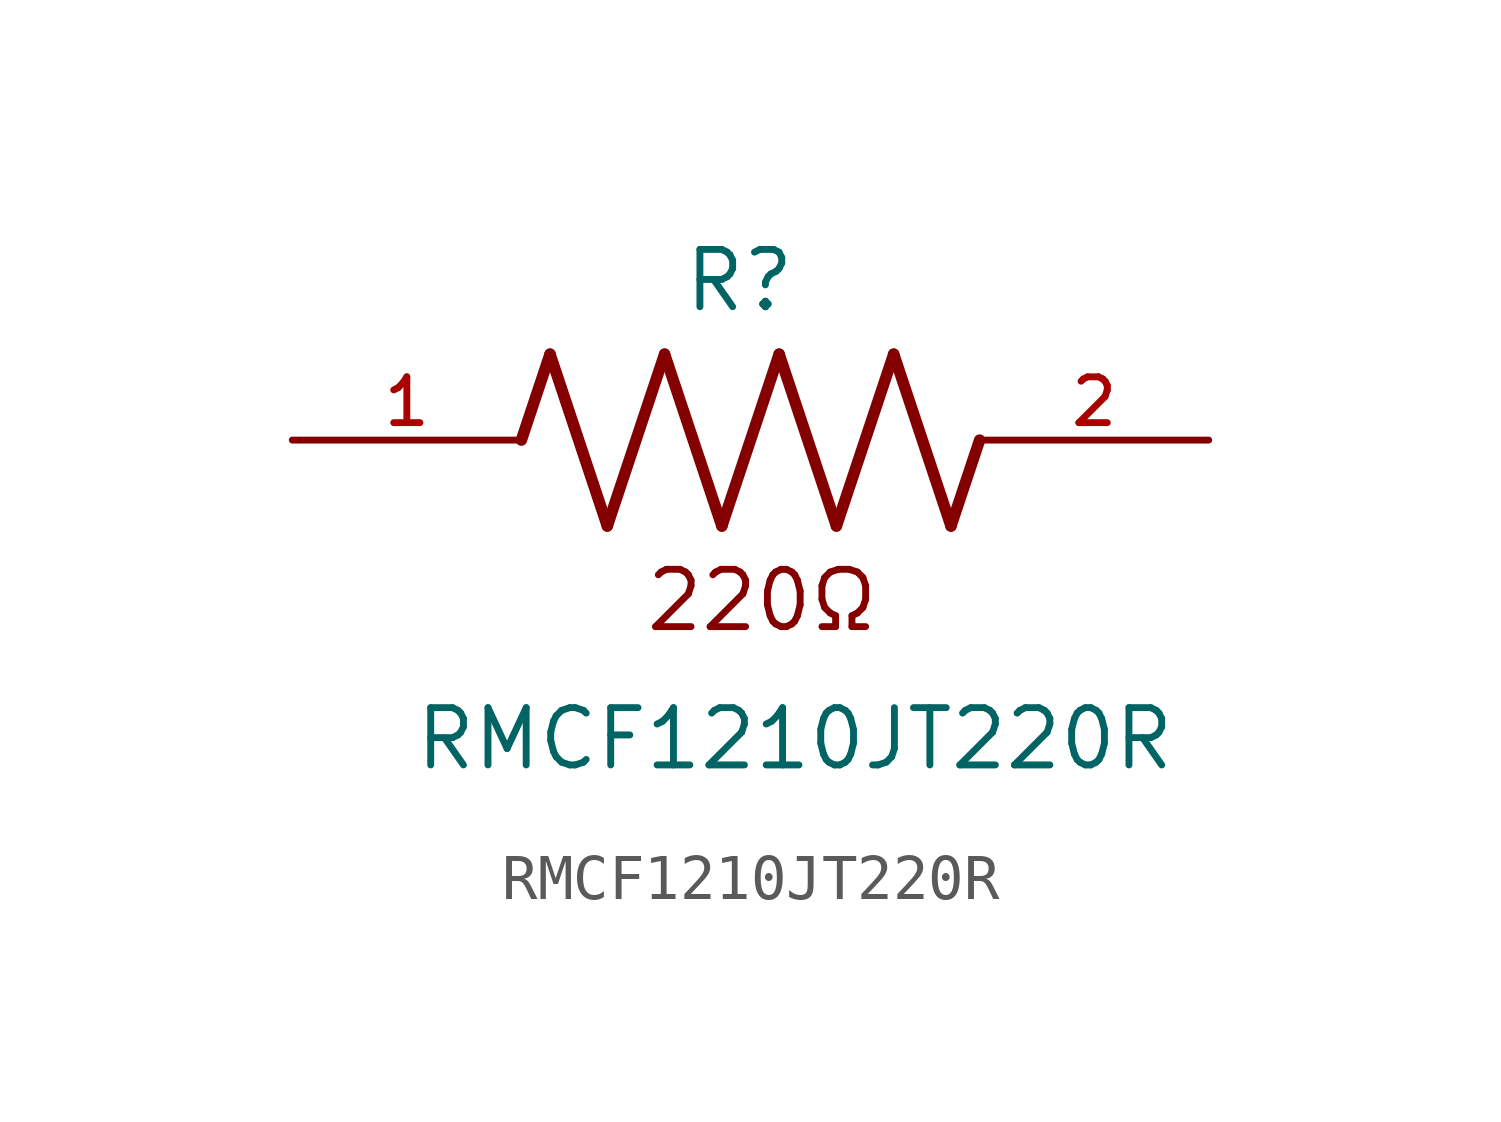
<source format=kicad_sym>
(kicad_symbol_lib
  (version 20231120)
  (generator "kicad_symbol_editor")
  (generator_version "8.0")
  (symbol "RMCF1210JT220R"
    (pin_names
      (offset 1.016))
    (property "Reference" "R"
      (at -1.524 2.794 0)
      (effects (font (size 1.27 1.27)) (justify left bottom)))
    (property "Value" "RMCF1210JT220R"
      (at -7.493 -7.366 0)
      (effects (font (size 1.27 1.27)) (justify left bottom)))
    (symbol "RMCF1210JT220R_0_0"
      (polyline (pts (xy -5.08 0) (xy -4.445 1.905)) (stroke (width 0.254) (type default)) (fill (type none)))
      (polyline (pts (xy -4.445 1.905) (xy -3.175 -1.905)) (stroke (width 0.254) (type default)) (fill (type none)))
      (polyline (pts (xy -3.175 -1.905) (xy -1.905 1.905)) (stroke (width 0.254) (type default)) (fill (type none)))
      (polyline (pts (xy -1.905 1.905) (xy -0.635 -1.905)) (stroke (width 0.254) (type default)) (fill (type none)))
      (polyline (pts (xy -0.635 -1.905) (xy 0.635 1.905)) (stroke (width 0.254) (type default)) (fill (type none)))
      (polyline (pts (xy 0.635 1.905) (xy 1.905 -1.905)) (stroke (width 0.254) (type default)) (fill (type none)))
      (polyline (pts (xy 1.905 -1.905) (xy 3.175 1.905)) (stroke (width 0.254) (type default)) (fill (type none)))
      (polyline (pts (xy 3.175 1.905) (xy 4.445 -1.905)) (stroke (width 0.254) (type default)) (fill (type none)))
      (polyline (pts (xy 4.445 -1.905) (xy 5.08 0)) (stroke (width 0.254) (type default)) (fill (type none)))
      (text "220Ω" (at 0.254 -3.556 0) (effects (font (size 1.27 1.27))))
      (pin passive line (at -10.16 0 0) (length 5.08) (name "~" (effects (font (size 1.016 1.016)))) (number "1" (effects (font (size 1.016 1.016)))))
      (pin passive line (at 10.16 0 180) (length 5.08) (name "~" (effects (font (size 1.016 1.016)))) (number "2" (effects (font (size 1.016 1.016))))))))
</source>
